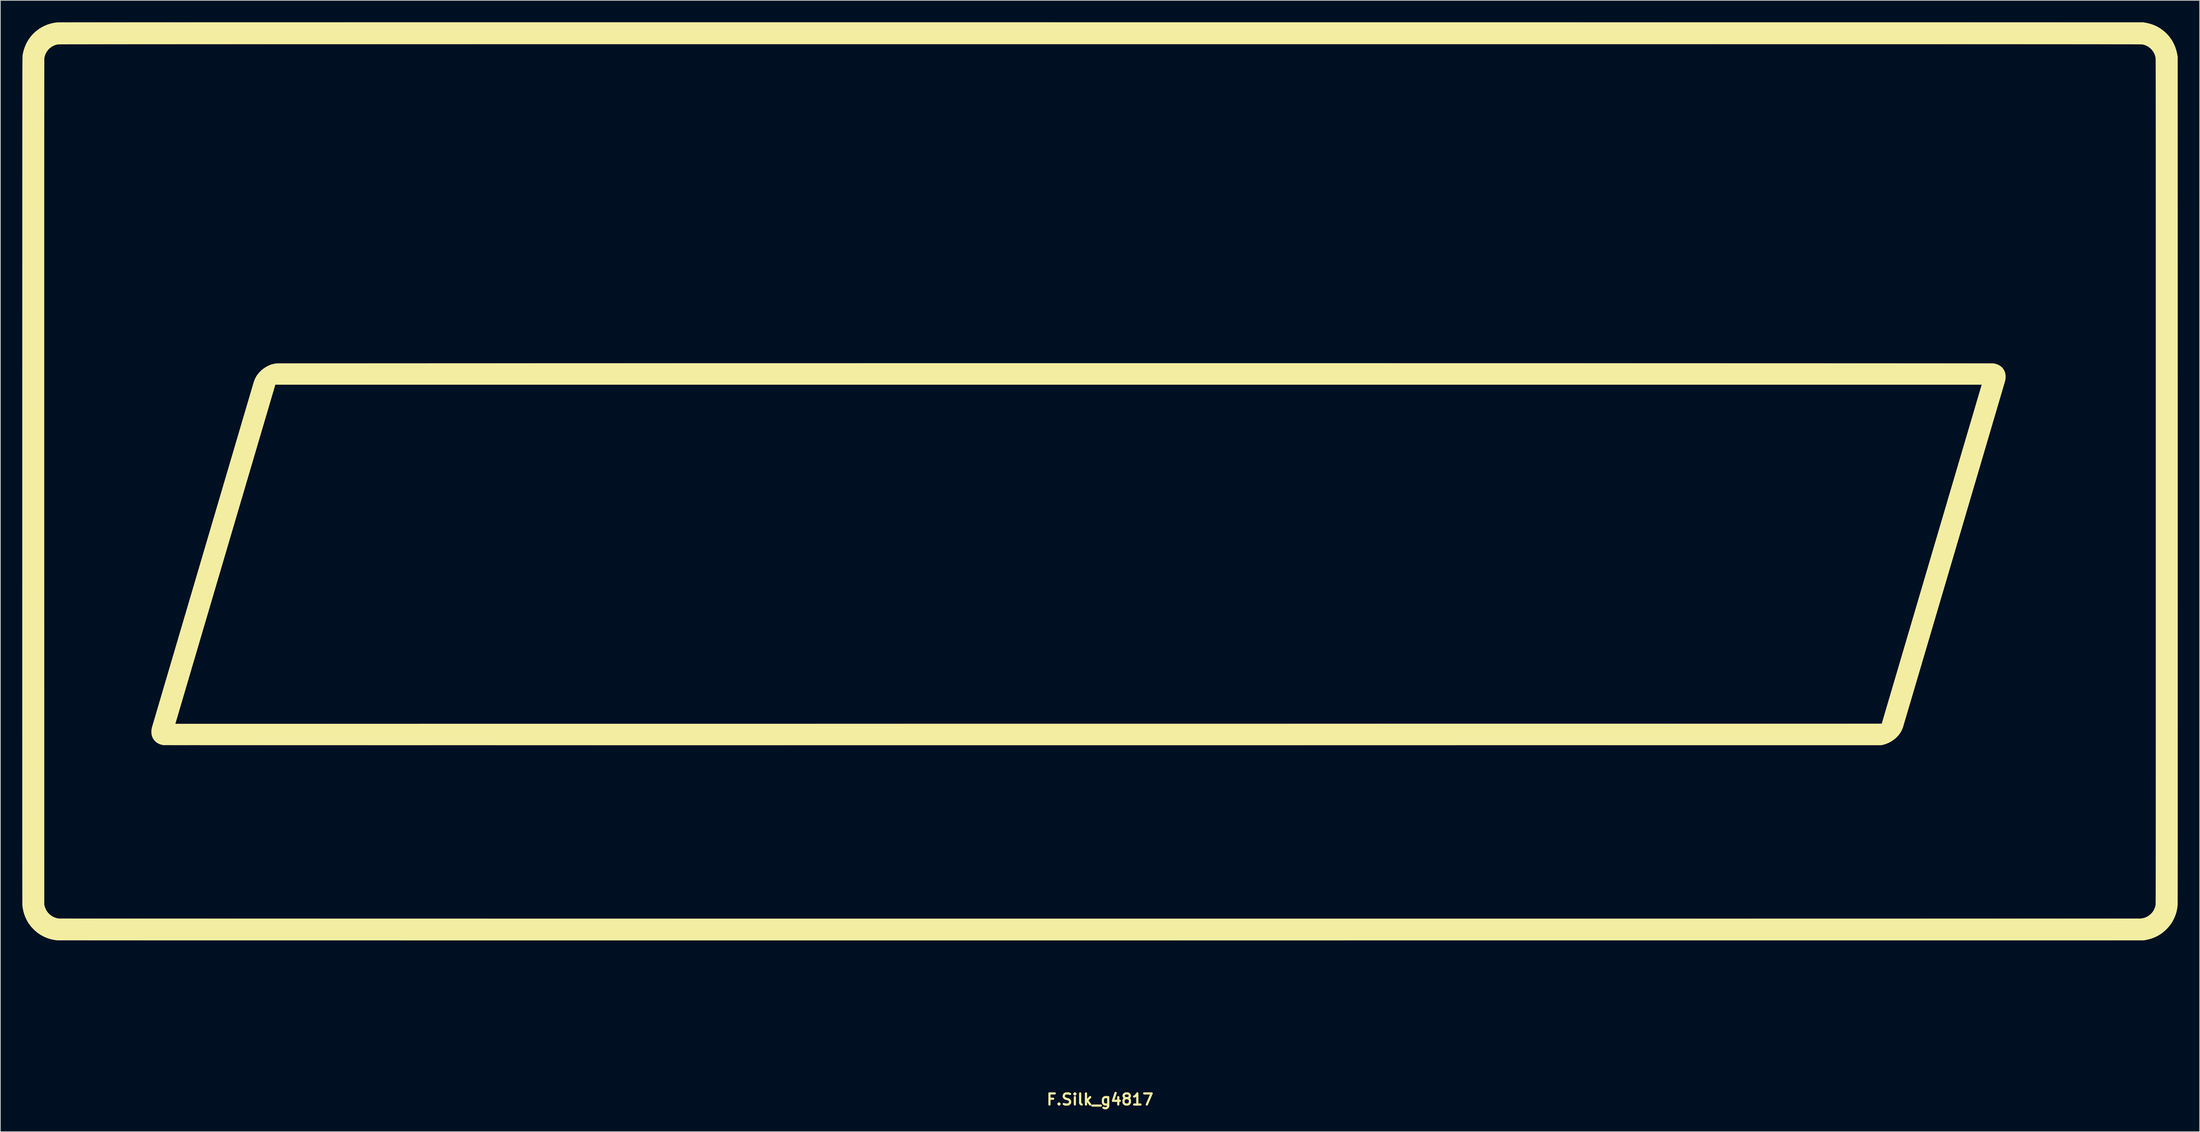
<source format=kicad_pcb>
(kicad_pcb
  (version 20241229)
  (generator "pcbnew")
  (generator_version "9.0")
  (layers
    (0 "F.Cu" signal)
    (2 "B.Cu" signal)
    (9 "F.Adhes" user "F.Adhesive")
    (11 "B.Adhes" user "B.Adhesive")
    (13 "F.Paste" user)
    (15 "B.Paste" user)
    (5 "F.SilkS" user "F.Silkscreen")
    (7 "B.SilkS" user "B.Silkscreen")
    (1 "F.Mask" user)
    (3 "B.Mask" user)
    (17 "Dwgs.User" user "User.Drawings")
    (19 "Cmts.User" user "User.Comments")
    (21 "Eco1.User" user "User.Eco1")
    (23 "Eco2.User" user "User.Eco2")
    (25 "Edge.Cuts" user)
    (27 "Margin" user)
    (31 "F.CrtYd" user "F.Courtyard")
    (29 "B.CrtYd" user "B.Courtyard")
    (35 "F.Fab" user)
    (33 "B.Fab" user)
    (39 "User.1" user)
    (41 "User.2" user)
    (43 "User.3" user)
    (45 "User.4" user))
  (footprint "F.Silk_g4817"
    (layer "F.Cu")
    (at 147.788 147.788)
    (property "Reference" "F.Silk_g4817" (at 0 0 0) (layer "F.SilkS") (effects (font (size 1.524 1.524) (thickness 0.3))))
    (attr through_hole)
    (fp_poly (pts (xy 6.403 -101.009) (xy 8.337 -101.009) (xy 10.27 -101.008) (xy 12.202 -101.008) (xy 14.132 -101.008) (xy 16.059 -101.008) (xy 17.984 -101.008) (xy 19.906 -101.008) (xy 21.824 -101.008) (xy 23.738 -101.008) (xy 25.647 -101.008) (xy 27.552 -101.008) (xy 29.45 -101.008) (xy 31.343 -101.008) (xy 33.23 -101.008) (xy 35.109 -101.008) (xy 36.981 -101.008) (xy 38.846 -101.008) (xy 40.702 -101.007) (xy 42.549 -101.007) (xy 44.387 -101.007) (xy 46.216 -101.007) (xy 48.034 -101.007) (xy 49.842 -101.007) (xy 51.639 -101.007) (xy 53.424 -101.007) (xy 55.197 -101.006) (xy 56.957 -101.006) (xy 58.705 -101.006) (xy 60.439 -101.006) (xy 62.16 -101.006) (xy 63.866 -101.006) (xy 65.557 -101.005) (xy 67.233 -101.005) (xy 68.894 -101.005) (xy 70.538 -101.005) (xy 72.166 -101.005) (xy 73.776 -101.004) (xy 75.369 -101.004) (xy 76.944 -101.004) (xy 78.5 -101.004) (xy 80.037 -101.003) (xy 81.555 -101.003) (xy 83.053 -101.003) (xy 84.531 -101.003) (xy 85.988 -101.002) (xy 87.423 -101.002) (xy 88.837 -101.002) (xy 90.229 -101.002) (xy 91.598 -101.001) (xy 92.943 -101.001) (xy 94.266 -101.001) (xy 95.564 -101.001) (xy 96.837 -101) (xy 98.086 -101) (xy 99.309 -101) (xy 100.506 -100.999) (xy 101.677 -100.999) (xy 102.82 -100.999) (xy 103.937 -100.998) (xy 105.026 -100.998) (xy 106.086 -100.998) (xy 107.118 -100.997) (xy 108.121 -100.997) (xy 109.093 -100.997) (xy 110.036 -100.996) (xy 110.949 -100.996) (xy 111.83 -100.995) (xy 112.679 -100.995) (xy 113.497 -100.995) (xy 114.283 -100.994) (xy 115.035 -100.994) (xy 115.754 -100.993) (xy 116.439 -100.993) (xy 117.09 -100.993) (xy 117.706 -100.992) (xy 118.287 -100.992) (xy 118.832 -100.991) (xy 119.342 -100.991) (xy 119.814 -100.99) (xy 120.25 -100.99) (xy 120.647 -100.99) (xy 121.007 -100.989) (xy 121.329 -100.989) (xy 121.611 -100.988) (xy 121.854 -100.988) (xy 122.057 -100.987) (xy 122.22 -100.987) (xy 122.342 -100.986) (xy 122.423 -100.986) (xy 122.462 -100.985) (xy 122.466 -100.985) (xy 122.762 -100.935) (xy 123.036 -100.851) (xy 123.284 -100.736) (xy 123.507 -100.591) (xy 123.701 -100.418) (xy 123.865 -100.218) (xy 123.998 -99.992) (xy 124.096 -99.743) (xy 124.156 -99.498) (xy 124.175 -99.324) (xy 124.18 -99.126) (xy 124.17 -98.924) (xy 124.146 -98.733) (xy 124.124 -98.625) (xy 124.116 -98.596) (xy 124.096 -98.527) (xy 124.064 -98.42) (xy 124.022 -98.275) (xy 123.969 -98.093) (xy 123.905 -97.876) (xy 123.831 -97.623) (xy 123.747 -97.338) (xy 123.654 -97.019) (xy 123.551 -96.669) (xy 123.439 -96.288) (xy 123.318 -95.877) (xy 123.189 -95.437) (xy 123.051 -94.969) (xy 122.906 -94.474) (xy 122.752 -93.954) (xy 122.592 -93.408) (xy 122.424 -92.838) (xy 122.25 -92.246) (xy 122.069 -91.631) (xy 121.882 -90.995) (xy 121.688 -90.339) (xy 121.49 -89.664) (xy 121.285 -88.971) (xy 121.076 -88.261) (xy 120.862 -87.534) (xy 120.644 -86.793) (xy 120.421 -86.037) (xy 120.194 -85.267) (xy 119.964 -84.486) (xy 119.73 -83.693) (xy 119.494 -82.889) (xy 119.254 -82.076) (xy 119.012 -81.255) (xy 118.768 -80.427) (xy 118.522 -79.591) (xy 118.274 -78.751) (xy 118.025 -77.906) (xy 117.775 -77.057) (xy 117.524 -76.206) (xy 117.273 -75.353) (xy 117.021 -74.499) (xy 116.77 -73.646) (xy 116.518 -72.794) (xy 116.268 -71.945) (xy 116.018 -71.098) (xy 115.77 -70.256) (xy 115.523 -69.419) (xy 115.278 -68.589) (xy 115.036 -67.765) (xy 114.795 -66.95) (xy 114.557 -66.143) (xy 114.323 -65.347) (xy 114.091 -64.562) (xy 113.863 -63.789) (xy 113.639 -63.029) (xy 113.419 -62.282) (xy 113.203 -61.551) (xy 112.992 -60.836) (xy 112.786 -60.137) (xy 112.585 -59.457) (xy 112.39 -58.795) (xy 112.2 -58.153) (xy 112.017 -57.532) (xy 111.84 -56.933) (xy 111.67 -56.356) (xy 111.507 -55.803) (xy 111.351 -55.275) (xy 111.202 -54.772) (xy 111.062 -54.296) (xy 110.929 -53.848) (xy 110.805 -53.428) (xy 110.69 -53.038) (xy 110.583 -52.678) (xy 110.486 -52.35) (xy 110.399 -52.054) (xy 110.321 -51.792) (xy 110.253 -51.564) (xy 110.196 -51.371) (xy 110.15 -51.215) (xy 110.114 -51.096) (xy 110.09 -51.016) (xy 110.078 -50.974) (xy 110.076 -50.969) (xy 109.936 -50.642) (xy 109.759 -50.329) (xy 109.547 -50.033) (xy 109.303 -49.757) (xy 109.03 -49.503) (xy 108.732 -49.274) (xy 108.41 -49.072) (xy 108.069 -48.899) (xy 107.711 -48.759) (xy 107.357 -48.657) (xy 107.156 -48.61) (xy -10.594 -48.607) (xy -12.926 -48.607) (xy -15.245 -48.607) (xy -17.551 -48.607) (xy -19.844 -48.606) (xy -22.122 -48.606) (xy -24.387 -48.606) (xy -26.636 -48.606) (xy -28.871 -48.606) (xy -31.091 -48.606) (xy -33.295 -48.606) (xy -35.483 -48.606) (xy -37.655 -48.606) (xy -39.81 -48.606) (xy -41.948 -48.606) (xy -44.068 -48.607) (xy -46.171 -48.607) (xy -48.256 -48.607) (xy -50.323 -48.607) (xy -52.37 -48.607) (xy -54.399 -48.607) (xy -56.408 -48.607) (xy -58.397 -48.607) (xy -60.367 -48.607) (xy -62.315 -48.607) (xy -64.243 -48.607) (xy -66.149 -48.607) (xy -68.034 -48.607) (xy -69.897 -48.608) (xy -71.738 -48.608) (xy -73.556 -48.608) (xy -75.351 -48.608) (xy -77.123 -48.608) (xy -78.871 -48.608) (xy -80.595 -48.608) (xy -82.295 -48.608) (xy -83.97 -48.609) (xy -85.62 -48.609) (xy -87.244 -48.609) (xy -88.843 -48.609) (xy -90.416 -48.609) (xy -91.962 -48.609) (xy -93.481 -48.61) (xy -94.973 -48.61) (xy -96.438 -48.61) (xy -97.874 -48.61) (xy -99.283 -48.61) (xy -100.663 -48.611) (xy -102.014 -48.611) (xy -103.335 -48.611) (xy -104.627 -48.611) (xy -105.889 -48.612) (xy -107.121 -48.612) (xy -108.322 -48.612) (xy -109.492 -48.612) (xy -110.631 -48.613) (xy -111.738 -48.613) (xy -112.812 -48.613) (xy -113.855 -48.613) (xy -114.864 -48.614) (xy -115.841 -48.614) (xy -116.784 -48.614) (xy -117.693 -48.614) (xy -118.568 -48.615) (xy -119.408 -48.615) (xy -120.214 -48.615) (xy -120.984 -48.616) (xy -121.719 -48.616) (xy -122.417 -48.616) (xy -123.08 -48.616) (xy -123.706 -48.617) (xy -124.295 -48.617) (xy -124.846 -48.617) (xy -125.36 -48.618) (xy -125.836 -48.618) (xy -126.273 -48.618) (xy -126.672 -48.619) (xy -127.031 -48.619) (xy -127.351 -48.619) (xy -127.632 -48.62) (xy -127.872 -48.62) (xy -128.072 -48.62) (xy -128.231 -48.621) (xy -128.348 -48.621) (xy -128.424 -48.622) (xy -128.459 -48.622) (xy -128.46 -48.622) (xy -128.75 -48.686) (xy -129.017 -48.783) (xy -129.259 -48.91) (xy -129.474 -49.068) (xy -129.66 -49.253) (xy -129.814 -49.466) (xy -129.891 -49.604) (xy -129.958 -49.753) (xy -130.007 -49.894) (xy -130.042 -50.043) (xy -130.068 -50.216) (xy -130.07 -50.236) (xy -130.079 -50.394) (xy -130.074 -50.574) (xy -130.057 -50.759) (xy -130.029 -50.932) (xy -130.014 -51.001) (xy -130.007 -51.025) (xy -129.988 -51.088) (xy -129.958 -51.189) (xy -129.917 -51.329) (xy -129.866 -51.505) (xy -129.855 -51.541) (xy -126.793 -51.541) (xy -9.799 -51.546) (xy 107.195 -51.551) (xy 114.035 -74.761) (xy 114.321 -75.731) (xy 114.605 -76.692) (xy 114.885 -77.642) (xy 115.161 -78.581) (xy 115.434 -79.507) (xy 115.704 -80.421) (xy 115.969 -81.321) (xy 116.23 -82.206) (xy 116.486 -83.076) (xy 116.738 -83.93) (xy 116.985 -84.766) (xy 117.226 -85.585) (xy 117.462 -86.385) (xy 117.692 -87.166) (xy 117.916 -87.927) (xy 118.134 -88.666) (xy 118.346 -89.384) (xy 118.551 -90.079) (xy 118.749 -90.751) (xy 118.94 -91.398) (xy 119.123 -92.02) (xy 119.299 -92.617) (xy 119.467 -93.186) (xy 119.627 -93.729) (xy 119.778 -94.243) (xy 119.921 -94.727) (xy 120.055 -95.182) (xy 120.18 -95.607) (xy 120.296 -95.999) (xy 120.402 -96.36) (xy 120.499 -96.687) (xy 120.585 -96.98) (xy 120.662 -97.239) (xy 120.727 -97.462) (xy 120.782 -97.648) (xy 120.827 -97.798) (xy 120.86 -97.909) (xy 120.881 -97.982) (xy 120.891 -98.015) (xy 120.891 -98.018) (xy 120.907 -98.065) (xy -113.085 -98.065) (xy -119.927 -74.851) (xy -120.213 -73.88) (xy -120.496 -72.919) (xy -120.776 -71.969) (xy -121.053 -71.03) (xy -121.326 -70.103) (xy -121.595 -69.19) (xy -121.86 -68.29) (xy -122.121 -67.404) (xy -122.377 -66.534) (xy -122.629 -65.681) (xy -122.876 -64.844) (xy -123.117 -64.025) (xy -123.353 -63.224) (xy -123.583 -62.444) (xy -123.807 -61.683) (xy -124.025 -60.943) (xy -124.237 -60.225) (xy -124.441 -59.53) (xy -124.639 -58.858) (xy -124.83 -58.211) (xy -125.014 -57.589) (xy -125.189 -56.992) (xy -125.357 -56.422) (xy -125.517 -55.88) (xy -125.669 -55.366) (xy -125.811 -54.881) (xy -125.945 -54.426) (xy -126.07 -54.001) (xy -126.186 -53.609) (xy -126.292 -53.248) (xy -126.389 -52.921) (xy -126.475 -52.627) (xy -126.551 -52.368) (xy -126.617 -52.145) (xy -126.672 -51.958) (xy -126.716 -51.809) (xy -126.749 -51.697) (xy -126.771 -51.624) (xy -126.78 -51.591) (xy -126.781 -51.588) (xy -126.793 -51.541) (xy -129.855 -51.541) (xy -129.803 -51.717) (xy -129.731 -51.964) (xy -129.648 -52.244) (xy -129.556 -52.557) (xy -129.455 -52.902) (xy -129.344 -53.278) (xy -129.224 -53.684) (xy -129.096 -54.119) (xy -128.96 -54.582) (xy -128.816 -55.071) (xy -128.664 -55.587) (xy -128.505 -56.128) (xy -128.339 -56.693) (xy -128.165 -57.28) (xy -127.986 -57.89) (xy -127.8 -58.521) (xy -127.608 -59.173) (xy -127.411 -59.843) (xy -127.208 -60.532) (xy -127 -61.238) (xy -126.787 -61.96) (xy -126.57 -62.697) (xy -126.349 -63.449) (xy -126.123 -64.214) (xy -125.894 -64.991) (xy -125.662 -65.78) (xy -125.426 -66.58) (xy -125.188 -67.388) (xy -124.947 -68.205) (xy -124.704 -69.03) (xy -124.46 -69.861) (xy -124.213 -70.698) (xy -123.965 -71.539) (xy -123.716 -72.384) (xy -123.467 -73.232) (xy -123.216 -74.081) (xy -122.966 -74.931) (xy -122.716 -75.78) (xy -122.466 -76.629) (xy -122.217 -77.475) (xy -121.968 -78.317) (xy -121.721 -79.156) (xy -121.476 -79.99) (xy -121.232 -80.817) (xy -120.99 -81.637) (xy -120.751 -82.449) (xy -120.514 -83.252) (xy -120.28 -84.045) (xy -120.05 -84.827) (xy -119.823 -85.598) (xy -119.6 -86.355) (xy -119.381 -87.098) (xy -119.166 -87.826) (xy -118.956 -88.539) (xy -118.751 -89.234) (xy -118.552 -89.912) (xy -118.358 -90.571) (xy -118.169 -91.21) (xy -117.987 -91.828) (xy -117.811 -92.425) (xy -117.642 -92.999) (xy -117.48 -93.549) (xy -117.325 -94.075) (xy -117.177 -94.575) (xy -117.038 -95.049) (xy -116.906 -95.495) (xy -116.783 -95.912) (xy -116.669 -96.3) (xy -116.563 -96.657) (xy -116.467 -96.983) (xy -116.381 -97.277) (xy -116.304 -97.537) (xy -116.237 -97.762) (xy -116.181 -97.953) (xy -116.136 -98.107) (xy -116.101 -98.224) (xy -116.079 -98.298) (xy -115.98 -98.6) (xy -115.87 -98.869) (xy -115.746 -99.115) (xy -115.603 -99.346) (xy -115.51 -99.475) (xy -115.262 -99.773) (xy -114.986 -100.044) (xy -114.686 -100.286) (xy -114.365 -100.497) (xy -114.028 -100.674) (xy -113.678 -100.815) (xy -113.318 -100.918) (xy -112.952 -100.982) (xy -112.92 -100.986) (xy -112.894 -100.986) (xy -112.826 -100.987) (xy -112.717 -100.987) (xy -112.567 -100.988) (xy -112.376 -100.988) (xy -112.146 -100.988) (xy -111.876 -100.989) (xy -111.566 -100.989) (xy -111.218 -100.99) (xy -110.832 -100.99) (xy -110.409 -100.991) (xy -109.948 -100.991) (xy -109.45 -100.992) (xy -108.916 -100.992) (xy -108.347 -100.993) (xy -107.741 -100.993) (xy -107.101 -100.993) (xy -106.427 -100.994) (xy -105.718 -100.994) (xy -104.976 -100.995) (xy -104.201 -100.995) (xy -103.394 -100.995) (xy -102.554 -100.996) (xy -101.683 -100.996) (xy -100.78 -100.996) (xy -99.847 -100.997) (xy -98.883 -100.997) (xy -97.89 -100.998) (xy -96.867 -100.998) (xy -95.816 -100.998) (xy -94.736 -100.999) (xy -93.628 -100.999) (xy -92.493 -100.999) (xy -91.33 -101) (xy -90.142 -101) (xy -88.927 -101) (xy -87.686 -101) (xy -86.42 -101.001) (xy -85.13 -101.001) (xy -83.815 -101.001) (xy -82.477 -101.002) (xy -81.115 -101.002) (xy -79.731 -101.002) (xy -78.324 -101.002) (xy -76.895 -101.003) (xy -75.445 -101.003) (xy -73.974 -101.003) (xy -72.482 -101.003) (xy -70.97 -101.004) (xy -69.439 -101.004) (xy -67.889 -101.004) (xy -66.32 -101.004) (xy -64.732 -101.005) (xy -63.127 -101.005) (xy -61.505 -101.005) (xy -59.866 -101.005) (xy -58.211 -101.005) (xy -56.54 -101.006) (xy -54.853 -101.006) (xy -53.152 -101.006) (xy -51.436 -101.006) (xy -49.706 -101.006) (xy -47.962 -101.006) (xy -46.205 -101.007) (xy -44.436 -101.007) (xy -42.655 -101.007) (xy -40.862 -101.007) (xy -39.057 -101.007) (xy -37.242 -101.007) (xy -35.417 -101.007) (xy -33.582 -101.007) (xy -31.737 -101.008) (xy -29.884 -101.008) (xy -28.022 -101.008) (xy -26.152 -101.008) (xy -24.275 -101.008) (xy -22.391 -101.008) (xy -20.5 -101.008) (xy -18.603 -101.008) (xy -16.7 -101.008) (xy -14.792 -101.008) (xy -12.88 -101.008) (xy -10.963 -101.008) (xy -9.042 -101.008) (xy -7.118 -101.008) (xy -5.192 -101.008) (xy -3.262 -101.008) (xy -1.331 -101.009) (xy 0.601 -101.009) (xy 2.535 -101.009) (xy 4.469 -101.009) (xy 6.403 -101.009)) (stroke (width 0.01) (type solid)) (fill yes) (layer "F.SilkS"))
    (fp_poly (pts (xy -61.921 -147.783) (xy -59.518 -147.783) (xy -57.076 -147.783) (xy -54.595 -147.783) (xy -52.074 -147.783) (xy -49.514 -147.783) (xy -46.914 -147.783) (xy -44.275 -147.783) (xy -41.596 -147.783) (xy -38.876 -147.783) (xy -36.116 -147.782) (xy -33.316 -147.782) (xy -30.476 -147.782) (xy -27.594 -147.782) (xy -24.672 -147.782) (xy -21.709 -147.782) (xy -18.704 -147.782) (xy -15.658 -147.782) (xy -12.571 -147.782) (xy -9.442 -147.782) (xy -6.271 -147.781) (xy -3.058 -147.781) (xy 0.18 -147.781) (xy 143.055 -147.775) (xy 143.325 -147.728) (xy 143.799 -147.627) (xy 144.248 -147.494) (xy 144.672 -147.328) (xy 145.074 -147.128) (xy 145.434 -146.908) (xy 145.818 -146.627) (xy 146.171 -146.318) (xy 146.492 -145.981) (xy 146.779 -145.619) (xy 147.034 -145.232) (xy 147.254 -144.821) (xy 147.44 -144.387) (xy 147.59 -143.932) (xy 147.703 -143.456) (xy 147.728 -143.324) (xy 147.775 -143.055) (xy 147.781 -84.984) (xy 147.781 -82.915) (xy 147.782 -80.889) (xy 147.782 -78.904) (xy 147.782 -76.96) (xy 147.782 -75.058) (xy 147.782 -73.197) (xy 147.782 -71.377) (xy 147.782 -69.598) (xy 147.783 -67.858) (xy 147.783 -66.159) (xy 147.783 -64.5) (xy 147.783 -62.88) (xy 147.783 -61.299) (xy 147.783 -59.757) (xy 147.783 -58.255) (xy 147.783 -56.79) (xy 147.783 -55.364) (xy 147.783 -53.976) (xy 147.783 -52.626) (xy 147.783 -51.313) (xy 147.782 -50.038) (xy 147.782 -48.799) (xy 147.782 -47.597) (xy 147.782 -46.432) (xy 147.782 -45.303) (xy 147.782 -44.21) (xy 147.782 -43.153) (xy 147.781 -42.131) (xy 147.781 -41.144) (xy 147.781 -40.193) (xy 147.781 -39.276) (xy 147.78 -38.393) (xy 147.78 -37.545) (xy 147.78 -36.731) (xy 147.779 -35.95) (xy 147.779 -35.203) (xy 147.778 -34.489) (xy 147.778 -33.808) (xy 147.778 -33.159) (xy 147.777 -32.543) (xy 147.777 -31.959) (xy 147.776 -31.407) (xy 147.776 -30.887) (xy 147.775 -30.398) (xy 147.775 -29.941) (xy 147.774 -29.514) (xy 147.774 -29.118) (xy 147.773 -28.752) (xy 147.772 -28.416) (xy 147.772 -28.111) (xy 147.771 -27.835) (xy 147.771 -27.588) (xy 147.77 -27.37) (xy 147.769 -27.182) (xy 147.768 -27.022) (xy 147.768 -26.89) (xy 147.767 -26.786) (xy 147.766 -26.71) (xy 147.765 -26.662) (xy 147.765 -26.642) (xy 147.704 -26.168) (xy 147.605 -25.71) (xy 147.466 -25.268) (xy 147.287 -24.839) (xy 147.068 -24.425) (xy 146.89 -24.141) (xy 146.649 -23.812) (xy 146.374 -23.494) (xy 146.072 -23.195) (xy 145.753 -22.922) (xy 145.423 -22.683) (xy 145.415 -22.678) (xy 145.078 -22.474) (xy 144.731 -22.298) (xy 144.369 -22.15) (xy 143.984 -22.024) (xy 143.57 -21.921) (xy 143.372 -21.88) (xy 143.14 -21.835) (xy 0.106 -21.832) (xy -2.361 -21.832) (xy -4.817 -21.832) (xy -7.264 -21.832) (xy -9.7 -21.832) (xy -12.125 -21.832) (xy -14.539 -21.832) (xy -16.942 -21.832) (xy -19.333 -21.832) (xy -21.712 -21.832) (xy -24.078 -21.832) (xy -26.432 -21.832) (xy -28.772 -21.832) (xy -31.099 -21.832) (xy -33.412 -21.832) (xy -35.71 -21.832) (xy -37.995 -21.832) (xy -40.264 -21.832) (xy -42.518 -21.832) (xy -44.756 -21.832) (xy -46.979 -21.832) (xy -49.185 -21.832) (xy -51.374 -21.832) (xy -53.547 -21.832) (xy -55.702 -21.832) (xy -57.84 -21.832) (xy -59.959 -21.832) (xy -62.06 -21.832) (xy -64.143 -21.832) (xy -66.206 -21.832) (xy -68.25 -21.832) (xy -70.275 -21.832) (xy -72.279 -21.832) (xy -74.263 -21.832) (xy -76.226 -21.832) (xy -78.168 -21.832) (xy -80.088 -21.832) (xy -81.987 -21.832) (xy -83.863 -21.832) (xy -85.717 -21.832) (xy -87.549 -21.832) (xy -89.357 -21.832) (xy -91.141 -21.832) (xy -92.902 -21.832) (xy -94.638 -21.832) (xy -96.35 -21.833) (xy -98.037 -21.833) (xy -99.698 -21.833) (xy -101.334 -21.833) (xy -102.945 -21.833) (xy -104.528 -21.833) (xy -106.086 -21.833) (xy -107.616 -21.833) (xy -109.119 -21.833) (xy -110.594 -21.833) (xy -112.041 -21.833) (xy -113.46 -21.833) (xy -114.85 -21.833) (xy -116.211 -21.833) (xy -117.543 -21.833) (xy -118.845 -21.833) (xy -120.116 -21.834) (xy -121.358 -21.834) (xy -122.569 -21.834) (xy -123.748 -21.834) (xy -124.896 -21.834) (xy -126.012 -21.834) (xy -127.096 -21.834) (xy -128.148 -21.834) (xy -129.167 -21.834) (xy -130.152 -21.834) (xy -131.104 -21.834) (xy -132.023 -21.835) (xy -132.906 -21.835) (xy -133.756 -21.835) (xy -134.57 -21.835) (xy -135.349 -21.835) (xy -136.093 -21.835) (xy -136.801 -21.835) (xy -137.472 -21.835) (xy -138.107 -21.835) (xy -138.704 -21.835) (xy -139.265 -21.836) (xy -139.788 -21.836) (xy -140.272 -21.836) (xy -140.719 -21.836) (xy -141.126 -21.836) (xy -141.495 -21.836) (xy -141.824 -21.836) (xy -142.113 -21.836) (xy -142.363 -21.837) (xy -142.572 -21.837) (xy -142.74 -21.837) (xy -142.867 -21.837) (xy -142.952 -21.837) (xy -142.996 -21.837) (xy -143.002 -21.837) (xy -143.486 -21.907) (xy -143.951 -22.015) (xy -144.398 -22.161) (xy -144.827 -22.345) (xy -145.237 -22.568) (xy -145.629 -22.828) (xy -145.836 -22.988) (xy -145.954 -23.088) (xy -146.089 -23.212) (xy -146.23 -23.35) (xy -146.37 -23.493) (xy -146.499 -23.631) (xy -146.608 -23.756) (xy -146.645 -23.802) (xy -146.922 -24.185) (xy -147.161 -24.587) (xy -147.362 -25.008) (xy -147.525 -25.446) (xy -147.65 -25.898) (xy -147.734 -26.364) (xy -147.765 -26.642) (xy -147.765 -26.666) (xy -147.766 -26.716) (xy -147.767 -26.795) (xy -147.768 -26.901) (xy -147.768 -27.035) (xy -147.769 -27.198) (xy -147.77 -27.389) (xy -147.771 -27.61) (xy -147.771 -27.859) (xy -147.772 -28.138) (xy -147.773 -28.446) (xy -147.773 -28.785) (xy -147.774 -29.153) (xy -147.774 -29.552) (xy -147.775 -29.982) (xy -147.775 -30.443) (xy -147.776 -30.934) (xy -147.776 -31.457) (xy -147.777 -32.012) (xy -147.777 -32.599) (xy -147.778 -33.218) (xy -147.778 -33.87) (xy -147.779 -34.554) (xy -147.779 -35.271) (xy -147.779 -36.021) (xy -147.78 -36.805) (xy -147.78 -37.622) (xy -147.78 -38.474) (xy -147.781 -39.36) (xy -147.781 -40.28) (xy -147.781 -41.235) (xy -147.781 -42.225) (xy -147.782 -43.25) (xy -147.782 -44.311) (xy -147.782 -45.407) (xy -147.782 -46.539) (xy -147.782 -47.708) (xy -147.782 -48.913) (xy -147.783 -50.155) (xy -147.783 -51.434) (xy -147.783 -52.751) (xy -147.783 -54.104) (xy -147.783 -55.496) (xy -147.783 -56.926) (xy -147.783 -58.393) (xy -147.783 -59.9) (xy -147.783 -61.445) (xy -147.783 -63.029) (xy -147.783 -64.653) (xy -147.783 -66.316) (xy -147.783 -68.019) (xy -147.783 -69.762) (xy -147.782 -71.546) (xy -147.782 -73.37) (xy -147.782 -75.235) (xy -147.782 -77.14) (xy -147.782 -79.088) (xy -147.782 -81.076) (xy -147.781 -83.107) (xy -147.781 -84.984) (xy -147.781 -86.885) (xy -147.781 -88.744) (xy -147.781 -90.562) (xy -147.78 -92.339) (xy -147.78 -94.076) (xy -147.78 -95.772) (xy -147.78 -97.429) (xy -147.78 -99.047) (xy -147.779 -100.626) (xy -147.779 -102.167) (xy -147.779 -103.671) (xy -147.779 -105.137) (xy -147.779 -106.566) (xy -147.778 -107.96) (xy -147.778 -109.317) (xy -147.778 -110.612) (xy -144.777 -110.612) (xy -144.777 -109.135) (xy -144.777 -107.621) (xy -144.777 -106.068) (xy -144.777 -104.477) (xy -144.777 -102.846) (xy -144.777 -101.177) (xy -144.777 -99.467) (xy -144.777 -97.718) (xy -144.777 -95.929) (xy -144.776 -94.099) (xy -144.776 -92.228) (xy -144.776 -90.316) (xy -144.776 -88.363) (xy -144.776 -86.368) (xy -144.776 -84.698) (xy -144.769 -26.702) (xy -144.713 -26.501) (xy -144.611 -26.209) (xy -144.475 -25.937) (xy -144.307 -25.69) (xy -144.11 -25.468) (xy -143.888 -25.274) (xy -143.643 -25.111) (xy -143.377 -24.981) (xy -143.095 -24.888) (xy -142.798 -24.832) (xy -142.79 -24.831) (xy -142.766 -24.831) (xy -142.699 -24.83) (xy -142.591 -24.83) (xy -142.442 -24.829) (xy -142.252 -24.829) (xy -142.022 -24.829) (xy -141.752 -24.828) (xy -141.442 -24.828) (xy -141.094 -24.827) (xy -140.707 -24.827) (xy -140.283 -24.827) (xy -139.82 -24.826) (xy -139.32 -24.826) (xy -138.783 -24.826) (xy -138.21 -24.825) (xy -137.601 -24.825) (xy -136.956 -24.824) (xy -136.276 -24.824) (xy -135.562 -24.824) (xy -134.813 -24.823) (xy -134.03 -24.823) (xy -133.213 -24.823) (xy -132.364 -24.822) (xy -131.482 -24.822) (xy -130.567 -24.822) (xy -129.621 -24.821) (xy -128.644 -24.821) (xy -127.635 -24.821) (xy -126.596 -24.821) (xy -125.527 -24.82) (xy -124.428 -24.82) (xy -123.3 -24.82) (xy -122.143 -24.819) (xy -120.958 -24.819) (xy -119.745 -24.819) (xy -118.504 -24.819) (xy -117.236 -24.818) (xy -115.941 -24.818) (xy -114.62 -24.818) (xy -113.273 -24.818) (xy -111.9 -24.817) (xy -110.503 -24.817) (xy -109.08 -24.817) (xy -107.634 -24.817) (xy -106.164 -24.816) (xy -104.67 -24.816) (xy -103.154 -24.816) (xy -101.615 -24.816) (xy -100.053 -24.815) (xy -98.471 -24.815) (xy -96.866 -24.815) (xy -95.241 -24.815) (xy -93.596 -24.815) (xy -91.931 -24.814) (xy -90.246 -24.814) (xy -88.542 -24.814) (xy -86.819 -24.814) (xy -85.078 -24.814) (xy -83.318 -24.813) (xy -81.542 -24.813) (xy -79.748 -24.813) (xy -77.938 -24.813) (xy -76.112 -24.813) (xy -74.27 -24.813) (xy -72.412 -24.812) (xy -70.539 -24.812) (xy -68.652 -24.812) (xy -66.751 -24.812) (xy -64.836 -24.812) (xy -62.908 -24.812) (xy -60.967 -24.812) (xy -59.014 -24.811) (xy -57.049 -24.811) (xy -55.072 -24.811) (xy -53.084 -24.811) (xy -51.085 -24.811) (xy -49.076 -24.811) (xy -47.057 -24.811) (xy -45.029 -24.811) (xy -42.991 -24.811) (xy -40.945 -24.81) (xy -38.891 -24.81) (xy -36.829 -24.81) (xy -34.76 -24.81) (xy -32.683 -24.81) (xy -30.6 -24.81) (xy -28.511 -24.81) (xy -26.417 -24.81) (xy -24.317 -24.81) (xy -22.212 -24.81) (xy -20.103 -24.81) (xy -17.99 -24.81) (xy -15.873 -24.81) (xy -13.753 -24.81) (xy -11.631 -24.81) (xy -9.506 -24.81) (xy -7.379 -24.81) (xy -5.251 -24.81) (xy -3.122 -24.81) (xy -0.992 -24.81) (xy 1.138 -24.81) (xy 3.268 -24.81) (xy 5.397 -24.81) (xy 7.525 -24.81) (xy 9.651 -24.81) (xy 11.776 -24.81) (xy 13.898 -24.81) (xy 16.018 -24.81) (xy 18.134 -24.81) (xy 20.247 -24.81) (xy 22.356 -24.81) (xy 24.46 -24.81) (xy 26.56 -24.81) (xy 28.654 -24.81) (xy 30.742 -24.81) (xy 32.825 -24.81) (xy 34.901 -24.81) (xy 36.969 -24.81) (xy 39.031 -24.81) (xy 41.084 -24.81) (xy 43.13 -24.81) (xy 45.167 -24.81) (xy 47.194 -24.81) (xy 49.212 -24.81) (xy 51.221 -24.811) (xy 53.219 -24.811) (xy 55.206 -24.811) (xy 57.182 -24.811) (xy 59.146 -24.811) (xy 61.098 -24.811) (xy 63.038 -24.811) (xy 64.965 -24.811) (xy 66.879 -24.811) (xy 68.779 -24.812) (xy 70.665 -24.812) (xy 72.536 -24.812) (xy 74.392 -24.812) (xy 76.233 -24.812) (xy 78.058 -24.812) (xy 79.867 -24.812) (xy 81.659 -24.813) (xy 83.435 -24.813) (xy 85.192 -24.813) (xy 86.932 -24.813) (xy 88.653 -24.813) (xy 90.356 -24.814) (xy 92.039 -24.814) (xy 93.703 -24.814) (xy 95.347 -24.814) (xy 96.97 -24.814) (xy 98.572 -24.814) (xy 100.153 -24.815) (xy 101.713 -24.815) (xy 103.25 -24.815) (xy 104.765 -24.815) (xy 106.256 -24.816) (xy 107.725 -24.816) (xy 109.169 -24.816) (xy 110.589 -24.816) (xy 111.985 -24.816) (xy 113.355 -24.817) (xy 114.7 -24.817) (xy 116.019 -24.817) (xy 117.312 -24.817) (xy 118.578 -24.818) (xy 119.817 -24.818) (xy 121.028 -24.818) (xy 122.211 -24.819) (xy 123.365 -24.819) (xy 124.491 -24.819) (xy 125.587 -24.819) (xy 126.654 -24.82) (xy 127.691 -24.82) (xy 128.697 -24.82) (xy 129.672 -24.821) (xy 130.615 -24.821) (xy 131.527 -24.821) (xy 132.406 -24.822) (xy 133.253 -24.822) (xy 134.067 -24.822) (xy 134.847 -24.823) (xy 135.593 -24.823) (xy 136.305 -24.823) (xy 136.982 -24.824) (xy 137.624 -24.824) (xy 138.23 -24.824) (xy 138.8 -24.825) (xy 139.334 -24.825) (xy 139.831 -24.825) (xy 140.29 -24.826) (xy 140.712 -24.826) (xy 141.096 -24.826) (xy 141.441 -24.827) (xy 141.747 -24.827) (xy 142.014 -24.828) (xy 142.24 -24.828) (xy 142.427 -24.828) (xy 142.573 -24.829) (xy 142.678 -24.829) (xy 142.741 -24.83) (xy 142.762 -24.83) (xy 143.066 -24.884) (xy 143.354 -24.976) (xy 143.623 -25.102) (xy 143.871 -25.26) (xy 144.094 -25.449) (xy 144.291 -25.664) (xy 144.459 -25.905) (xy 144.594 -26.168) (xy 144.695 -26.451) (xy 144.748 -26.681) (xy 144.749 -26.69) (xy 144.75 -26.705) (xy 144.751 -26.727) (xy 144.752 -26.755) (xy 144.753 -26.791) (xy 144.754 -26.835) (xy 144.755 -26.887) (xy 144.756 -26.948) (xy 144.757 -27.018) (xy 144.757 -27.098) (xy 144.758 -27.188) (xy 144.759 -27.289) (xy 144.76 -27.401) (xy 144.761 -27.524) (xy 144.761 -27.659) (xy 144.762 -27.807) (xy 144.763 -27.967) (xy 144.764 -28.141) (xy 144.764 -28.329) (xy 144.765 -28.531) (xy 144.766 -28.748) (xy 144.766 -28.979) (xy 144.767 -29.227) (xy 144.767 -29.491) (xy 144.768 -29.771) (xy 144.769 -30.068) (xy 144.769 -30.383) (xy 144.77 -30.715) (xy 144.77 -31.066) (xy 144.771 -31.436) (xy 144.771 -31.825) (xy 144.771 -32.234) (xy 144.772 -32.663) (xy 144.772 -33.113) (xy 144.773 -33.584) (xy 144.773 -34.076) (xy 144.774 -34.591) (xy 144.774 -35.128) (xy 144.774 -35.688) (xy 144.775 -36.271) (xy 144.775 -36.878) (xy 144.775 -37.51) (xy 144.776 -38.166) (xy 144.776 -38.848) (xy 144.776 -39.555) (xy 144.776 -40.288) (xy 144.777 -41.049) (xy 144.777 -41.836) (xy 144.777 -42.65) (xy 144.777 -43.493) (xy 144.778 -44.364) (xy 144.778 -45.264) (xy 144.778 -46.193) (xy 144.778 -47.152) (xy 144.778 -48.142) (xy 144.778 -49.162) (xy 144.779 -50.213) (xy 144.779 -51.296) (xy 144.779 -52.411) (xy 144.779 -53.559) (xy 144.779 -54.739) (xy 144.779 -55.954) (xy 144.779 -57.202) (xy 144.779 -58.484) (xy 144.779 -59.801) (xy 144.78 -61.154) (xy 144.78 -62.542) (xy 144.78 -63.967) (xy 144.78 -65.428) (xy 144.78 -66.926) (xy 144.78 -68.462) (xy 144.78 -70.036) (xy 144.78 -71.648) (xy 144.78 -73.3) (xy 144.78 -74.99) (xy 144.78 -76.721) (xy 144.78 -78.492) (xy 144.78 -80.304) (xy 144.78 -82.157) (xy 144.78 -84.051) (xy 144.78 -84.804) (xy 144.78 -86.721) (xy 144.78 -88.595) (xy 144.78 -90.428) (xy 144.78 -92.221) (xy 144.78 -93.972) (xy 144.78 -95.684) (xy 144.78 -97.356) (xy 144.78 -98.989) (xy 144.78 -100.583) (xy 144.78 -102.138) (xy 144.78 -103.656) (xy 144.78 -105.137) (xy 144.78 -106.581) (xy 144.78 -107.988) (xy 144.779 -109.359) (xy 144.779 -110.695) (xy 144.779 -111.996) (xy 144.779 -113.261) (xy 144.779 -114.493) (xy 144.779 -115.691) (xy 144.779 -116.856) (xy 144.779 -117.988) (xy 144.779 -119.087) (xy 144.778 -120.155) (xy 144.778 -121.191) (xy 144.778 -122.196) (xy 144.778 -123.171) (xy 144.778 -124.115) (xy 144.777 -125.03) (xy 144.777 -125.915) (xy 144.777 -126.772) (xy 144.777 -127.6) (xy 144.777 -128.401) (xy 144.776 -129.174) (xy 144.776 -129.92) (xy 144.776 -130.639) (xy 144.775 -131.333) (xy 144.775 -132.001) (xy 144.775 -132.644) (xy 144.774 -133.262) (xy 144.774 -133.856) (xy 144.774 -134.426) (xy 144.773 -134.973) (xy 144.773 -135.496) (xy 144.773 -135.998) (xy 144.772 -136.477) (xy 144.772 -136.935) (xy 144.771 -137.372) (xy 144.771 -137.788) (xy 144.77 -138.184) (xy 144.77 -138.56) (xy 144.769 -138.917) (xy 144.769 -139.255) (xy 144.768 -139.575) (xy 144.768 -139.877) (xy 144.767 -140.161) (xy 144.767 -140.429) (xy 144.766 -140.679) (xy 144.765 -140.914) (xy 144.765 -141.133) (xy 144.764 -141.337) (xy 144.763 -141.526) (xy 144.763 -141.701) (xy 144.762 -141.862) (xy 144.761 -142.009) (xy 144.76 -142.144) (xy 144.76 -142.266) (xy 144.759 -142.376) (xy 144.758 -142.475) (xy 144.757 -142.562) (xy 144.756 -142.639) (xy 144.755 -142.705) (xy 144.755 -142.762) (xy 144.754 -142.809) (xy 144.753 -142.847) (xy 144.752 -142.877) (xy 144.751 -142.899) (xy 144.75 -142.914) (xy 144.749 -142.92) (xy 144.676 -143.215) (xy 144.567 -143.494) (xy 144.423 -143.752) (xy 144.247 -143.989) (xy 144.043 -144.199) (xy 143.813 -144.382) (xy 143.559 -144.534) (xy 143.286 -144.653) (xy 142.994 -144.735) (xy 142.92 -144.749) (xy 142.913 -144.75) (xy 142.898 -144.75) (xy 142.877 -144.751) (xy 142.848 -144.752) (xy 142.811 -144.752) (xy 142.765 -144.753) (xy 142.712 -144.753) (xy 142.649 -144.754) (xy 142.578 -144.755) (xy 142.497 -144.755) (xy 142.406 -144.756) (xy 142.306 -144.756) (xy 142.195 -144.757) (xy 142.074 -144.757) (xy 141.943 -144.758) (xy 141.8 -144.758) (xy 141.645 -144.759) (xy 141.479 -144.759) (xy 141.302 -144.76) (xy 141.112 -144.76) (xy 140.909 -144.761) (xy 140.694 -144.761) (xy 140.465 -144.762) (xy 140.224 -144.762) (xy 139.968 -144.763) (xy 139.699 -144.763) (xy 139.416 -144.764) (xy 139.117 -144.764) (xy 138.805 -144.764) (xy 138.477 -144.765) (xy 138.133 -144.765) (xy 137.774 -144.766) (xy 137.399 -144.766) (xy 137.008 -144.767) (xy 136.601 -144.767) (xy 136.176 -144.767) (xy 135.735 -144.768) (xy 135.276 -144.768) (xy 134.799 -144.768) (xy 134.304 -144.769) (xy 133.791 -144.769) (xy 133.26 -144.769) (xy 132.71 -144.77) (xy 132.14 -144.77) (xy 131.552 -144.77) (xy 130.943 -144.771) (xy 130.315 -144.771) (xy 129.666 -144.771) (xy 128.997 -144.772) (xy 128.307 -144.772) (xy 127.596 -144.772) (xy 126.863 -144.772) (xy 126.109 -144.773) (xy 125.333 -144.773) (xy 124.534 -144.773) (xy 123.713 -144.773) (xy 122.869 -144.774) (xy 122.002 -144.774) (xy 121.111 -144.774) (xy 120.197 -144.774) (xy 119.259 -144.775) (xy 118.296 -144.775) (xy 117.309 -144.775) (xy 116.297 -144.775) (xy 115.26 -144.775) (xy 114.197 -144.776) (xy 113.109 -144.776) (xy 111.995 -144.776) (xy 110.854 -144.776) (xy 109.687 -144.776) (xy 108.493 -144.776) (xy 107.271 -144.777) (xy 106.023 -144.777) (xy 104.746 -144.777) (xy 103.442 -144.777) (xy 102.109 -144.777) (xy 100.747 -144.777) (xy 99.357 -144.777) (xy 97.938 -144.778) (xy 96.489 -144.778) (xy 95.01 -144.778) (xy 93.501 -144.778) (xy 91.962 -144.778) (xy 90.392 -144.778) (xy 88.792 -144.778) (xy 87.16 -144.778) (xy 85.497 -144.778) (xy 83.802 -144.779) (xy 82.075 -144.779) (xy 80.315 -144.779) (xy 78.523 -144.779) (xy 76.698 -144.779) (xy 74.84 -144.779) (xy 72.948 -144.779) (xy 71.023 -144.779) (xy 69.063 -144.779) (xy 67.069 -144.779) (xy 65.041 -144.779) (xy 62.977 -144.779) (xy 60.879 -144.779) (xy 58.744 -144.779) (xy 56.574 -144.78) (xy 54.368 -144.78) (xy 52.126 -144.78) (xy 49.847 -144.78) (xy 47.531 -144.78) (xy 45.178 -144.78) (xy 42.787 -144.78) (xy 40.358 -144.78) (xy 37.891 -144.78) (xy 35.386 -144.78) (xy 32.843 -144.78) (xy 30.26 -144.78) (xy 27.638 -144.78) (xy 24.976 -144.78) (xy 22.275 -144.78) (xy 19.534 -144.78) (xy 16.752 -144.78) (xy 13.929 -144.78) (xy 11.066 -144.78) (xy 8.161 -144.78) (xy 5.215 -144.78) (xy 2.227 -144.78) (xy 0 -144.78) (xy -3.019 -144.78) (xy -5.996 -144.78) (xy -8.931 -144.78) (xy -11.825 -144.78) (xy -14.678 -144.78) (xy -17.49 -144.78) (xy -20.261 -144.78) (xy -22.992 -144.78) (xy -25.682 -144.78) (xy -28.333 -144.78) (xy -30.945 -144.78) (xy -33.517 -144.78) (xy -36.051 -144.78) (xy -38.546 -144.78) (xy -41.002 -144.78) (xy -43.421 -144.78) (xy -45.802 -144.78) (xy -48.145 -144.78) (xy -50.452 -144.78) (xy -52.721 -144.78) (xy -54.954 -144.78) (xy -57.15 -144.78) (xy -59.311 -144.779) (xy -61.436 -144.779) (xy -63.525 -144.779) (xy -65.579 -144.779) (xy -67.599 -144.779) (xy -69.583 -144.779) (xy -71.534 -144.779) (xy -73.45 -144.779) (xy -75.333 -144.779) (xy -77.183 -144.779) (xy -78.999 -144.779) (xy -80.782 -144.779) (xy -82.533 -144.779) (xy -84.252 -144.779) (xy -85.939 -144.778) (xy -87.593 -144.778) (xy -89.217 -144.778) (xy -90.809 -144.778) (xy -92.371 -144.778) (xy -93.902 -144.778) (xy -95.403 -144.778) (xy -96.874 -144.778) (xy -98.315 -144.778) (xy -99.727 -144.777) (xy -101.109 -144.777) (xy -102.463 -144.777) (xy -103.788 -144.777) (xy -105.086 -144.777) (xy -106.355 -144.777) (xy -107.596 -144.777) (xy -108.81 -144.776) (xy -109.997 -144.776) (xy -111.157 -144.776) (xy -112.291 -144.776) (xy -113.398 -144.776) (xy -114.48 -144.775) (xy -115.536 -144.775) (xy -116.566 -144.775) (xy -117.572 -144.775) (xy -118.552 -144.775) (xy -119.509 -144.774) (xy -120.44 -144.774) (xy -121.348 -144.774) (xy -122.233 -144.774) (xy -123.094 -144.774) (xy -123.932 -144.773) (xy -124.747 -144.773) (xy -125.539 -144.773) (xy -126.31 -144.773) (xy -127.058 -144.772) (xy -127.785 -144.772) (xy -128.491 -144.772) (xy -129.176 -144.771) (xy -129.839 -144.771) (xy -130.483 -144.771) (xy -131.106 -144.771) (xy -131.709 -144.77) (xy -132.293 -144.77) (xy -132.857 -144.77) (xy -133.402 -144.769) (xy -133.929 -144.769) (xy -134.437 -144.769) (xy -134.926 -144.768) (xy -135.398 -144.768) (xy -135.853 -144.768) (xy -136.29 -144.767) (xy -136.71 -144.767) (xy -137.113 -144.766) (xy -137.5 -144.766) (xy -137.871 -144.766) (xy -138.225 -144.765) (xy -138.565 -144.765) (xy -138.889 -144.764) (xy -139.198 -144.764) (xy -139.492 -144.764) (xy -139.771 -144.763) (xy -140.037 -144.763) (xy -140.289 -144.762) (xy -140.527 -144.762) (xy -140.752 -144.761) (xy -140.964 -144.761) (xy -141.163 -144.76) (xy -141.35 -144.76) (xy -141.524 -144.759) (xy -141.687 -144.759) (xy -141.838 -144.758) (xy -141.978 -144.758) (xy -142.107 -144.757) (xy -142.226 -144.757) (xy -142.333 -144.756) (xy -142.431 -144.756) (xy -142.519 -144.755) (xy -142.597 -144.754) (xy -142.667 -144.754) (xy -142.727 -144.753) (xy -142.778 -144.753) (xy -142.821 -144.752) (xy -142.856 -144.751) (xy -142.883 -144.751) (xy -142.903 -144.75) (xy -142.915 -144.749) (xy -142.92 -144.749) (xy -143.212 -144.677) (xy -143.488 -144.568) (xy -143.745 -144.426) (xy -143.98 -144.252) (xy -144.191 -144.051) (xy -144.374 -143.824) (xy -144.527 -143.576) (xy -144.646 -143.308) (xy -144.729 -143.025) (xy -144.758 -142.864) (xy -144.759 -142.847) (xy -144.759 -142.806) (xy -144.76 -142.742) (xy -144.761 -142.655) (xy -144.762 -142.543) (xy -144.763 -142.407) (xy -144.763 -142.247) (xy -144.764 -142.061) (xy -144.765 -141.85) (xy -144.765 -141.614) (xy -144.766 -141.352) (xy -144.767 -141.064) (xy -144.767 -140.749) (xy -144.768 -140.407) (xy -144.768 -140.038) (xy -144.769 -139.642) (xy -144.769 -139.218) (xy -144.77 -138.766) (xy -144.77 -138.286) (xy -144.771 -137.776) (xy -144.771 -137.238) (xy -144.772 -136.671) (xy -144.772 -136.074) (xy -144.773 -135.447) (xy -144.773 -134.79) (xy -144.773 -134.102) (xy -144.774 -133.383) (xy -144.774 -132.634) (xy -144.774 -131.852) (xy -144.775 -131.039) (xy -144.775 -130.194) (xy -144.775 -129.317) (xy -144.775 -128.406) (xy -144.776 -127.463) (xy -144.776 -126.486) (xy -144.776 -125.476) (xy -144.776 -124.431) (xy -144.776 -123.353) (xy -144.777 -122.239) (xy -144.777 -121.091) (xy -144.777 -119.908) (xy -144.777 -118.689) (xy -144.777 -117.434) (xy -144.777 -116.143) (xy -144.777 -114.816) (xy -144.777 -113.452) (xy -144.777 -112.05) (xy -144.777 -110.612) (xy -147.778 -110.612) (xy -147.778 -110.639) (xy -147.778 -111.927) (xy -147.778 -113.179) (xy -147.777 -114.398) (xy -147.777 -115.584) (xy -147.777 -116.737) (xy -147.777 -117.857) (xy -147.777 -118.944) (xy -147.776 -120.001) (xy -147.776 -121.026) (xy -147.776 -122.021) (xy -147.776 -122.985) (xy -147.775 -123.92) (xy -147.775 -124.825) (xy -147.775 -125.702) (xy -147.775 -126.55) (xy -147.774 -127.371) (xy -147.774 -128.164) (xy -147.774 -128.93) (xy -147.773 -129.67) (xy -147.773 -130.383) (xy -147.773 -131.072) (xy -147.772 -131.735) (xy -147.772 -132.374) (xy -147.772 -132.988) (xy -147.771 -133.579) (xy -147.771 -134.147) (xy -147.771 -134.692) (xy -147.77 -135.214) (xy -147.77 -135.715) (xy -147.769 -136.195) (xy -147.769 -136.654) (xy -147.768 -137.092) (xy -147.768 -137.511) (xy -147.767 -137.91) (xy -147.767 -138.29) (xy -147.766 -138.651) (xy -147.766 -138.995) (xy -147.765 -139.321) (xy -147.765 -139.63) (xy -147.764 -139.922) (xy -147.764 -140.198) (xy -147.763 -140.458) (xy -147.763 -140.703) (xy -147.762 -140.934) (xy -147.761 -141.15) (xy -147.761 -141.352) (xy -147.76 -141.541) (xy -147.759 -141.717) (xy -147.758 -141.88) (xy -147.758 -142.032) (xy -147.757 -142.172) (xy -147.756 -142.301) (xy -147.755 -142.419) (xy -147.754 -142.528) (xy -147.754 -142.626) (xy -147.753 -142.716) (xy -147.752 -142.797) (xy -147.751 -142.87) (xy -147.75 -142.934) (xy -147.749 -142.992) (xy -147.748 -143.043) (xy -147.747 -143.087) (xy -147.746 -143.126) (xy -147.745 -143.159) (xy -147.744 -143.187) (xy -147.743 -143.21) (xy -147.742 -143.23) (xy -147.74 -143.246) (xy -147.739 -143.259) (xy -147.738 -143.269) (xy -147.737 -143.277) (xy -147.634 -143.767) (xy -147.494 -144.234) (xy -147.32 -144.678) (xy -147.11 -145.1) (xy -146.864 -145.499) (xy -146.583 -145.874) (xy -146.565 -145.896) (xy -146.258 -146.233) (xy -145.922 -146.541) (xy -145.559 -146.819) (xy -145.173 -147.065) (xy -144.767 -147.278) (xy -144.345 -147.456) (xy -143.908 -147.597) (xy -143.462 -147.699) (xy -143.008 -147.761) (xy -142.97 -147.765) (xy -142.95 -147.765) (xy -142.903 -147.766) (xy -142.828 -147.766) (xy -142.725 -147.767) (xy -142.595 -147.767) (xy -142.436 -147.768) (xy -142.25 -147.768) (xy -142.034 -147.769) (xy -141.791 -147.769) (xy -141.518 -147.769) (xy -141.217 -147.77) (xy -140.887 -147.77) (xy -140.528 -147.771) (xy -140.139 -147.771) (xy -139.721 -147.772) (xy -139.273 -147.772) (xy -138.795 -147.772) (xy -138.288 -147.773) (xy -137.75 -147.773) (xy -137.182 -147.774) (xy -136.584 -147.774) (xy -135.954 -147.774) (xy -135.295 -147.775) (xy -134.604 -147.775) (xy -133.882 -147.775) (xy -133.129 -147.776) (xy -132.344 -147.776) (xy -131.528 -147.776) (xy -130.68 -147.777) (xy -129.8 -147.777) (xy -128.889 -147.777) (xy -127.945 -147.777) (xy -126.968 -147.778) (xy -125.959 -147.778) (xy -124.918 -147.778) (xy -123.843 -147.779) (xy -122.736 -147.779) (xy -121.595 -147.779) (xy -120.421 -147.779) (xy -119.213 -147.779) (xy -117.972 -147.78) (xy -116.697 -147.78) (xy -115.388 -147.78) (xy -114.045 -147.78) (xy -112.667 -147.78) (xy -111.255 -147.781) (xy -109.809 -147.781) (xy -108.327 -147.781) (xy -106.811 -147.781) (xy -105.26 -147.781) (xy -103.673 -147.781) (xy -102.051 -147.782) (xy -100.393 -147.782) (xy -98.7 -147.782) (xy -96.97 -147.782) (xy -95.205 -147.782) (xy -93.403 -147.782) (xy -91.565 -147.782) (xy -89.691 -147.782) (xy -87.779 -147.782) (xy -85.831 -147.782) (xy -83.846 -147.783) (xy -81.823 -147.783) (xy -79.764 -147.783) (xy -77.666 -147.783) (xy -75.531 -147.783) (xy -73.359 -147.783) (xy -71.148 -147.783) (xy -68.899 -147.783) (xy -66.611 -147.783) (xy -64.286 -147.783) (xy -61.921 -147.783)) (stroke (width 0.01) (type solid)) (fill yes) (layer "F.SilkS")))
  (gr_rect
    (start -3 -3)
    (end 298.576 152.206)
    (stroke (width 0.1) (type default))
    (fill no)
    (layer "Edge.Cuts")))
</source>
